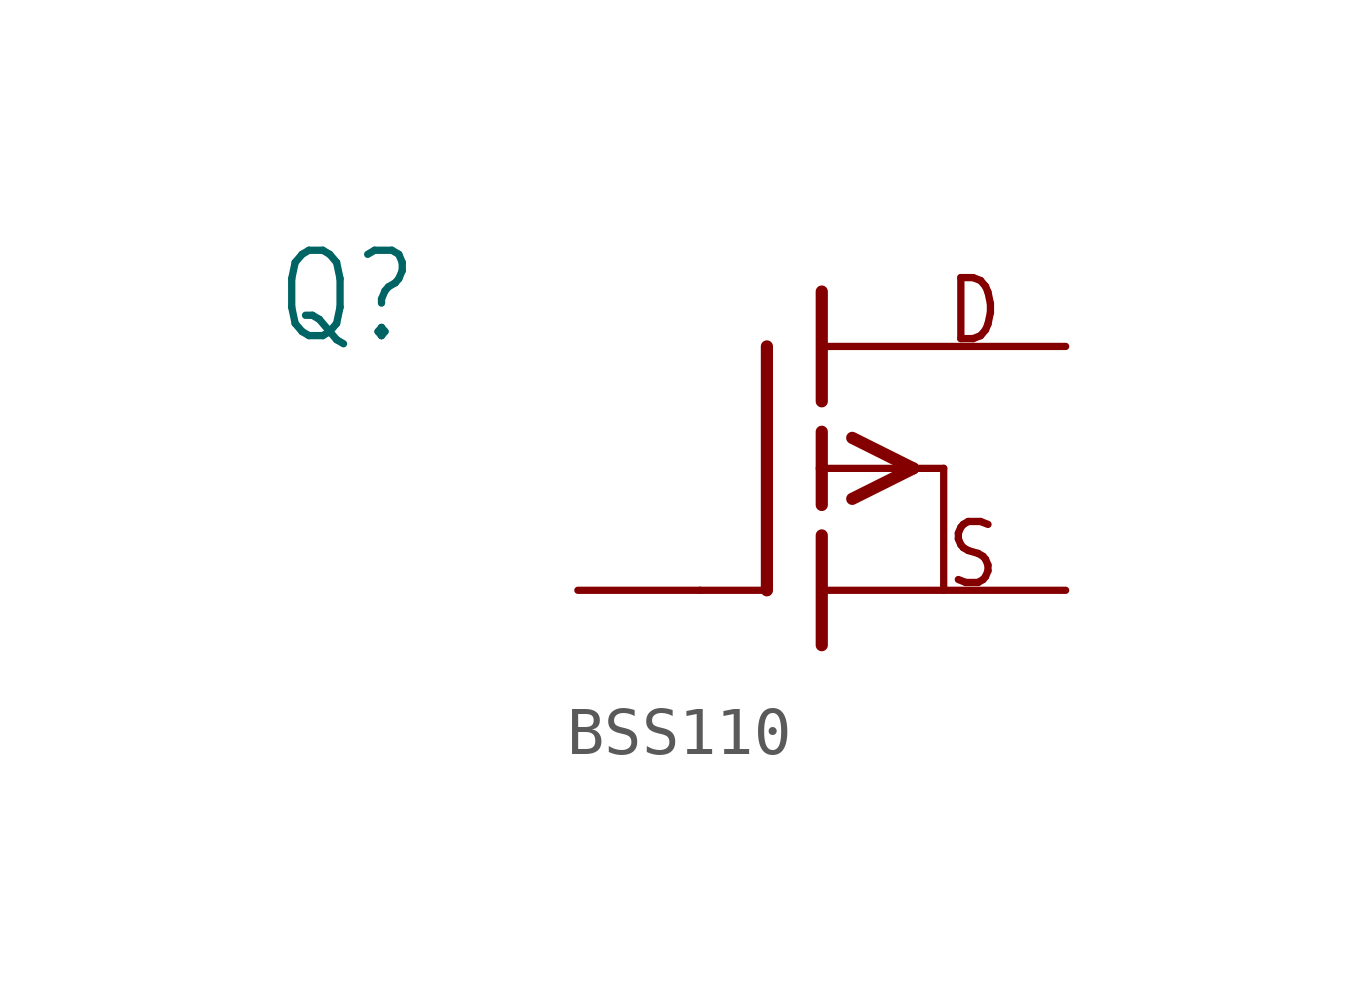
<source format=kicad_sym>
(kicad_symbol_lib
  (version 20220914)
  (generator kicad_symbol_editor)
  (symbol "BSS110"
    (property "Reference" "Q"
      (at -11.43 2.54 0)
      (effects (font (size 1.778 1.511)) (justify left bottom)))
    (property "Value" ""
      (at -11.43 0 0)
      (effects (font (size 1.778 1.511)) (justify left bottom)))
    (property "ki_locked" ""
      (at 0 0 0)
      (effects (font (size 1.27 1.27))))
    (symbol "BSS110_1_0"
      (polyline (pts (xy -2.54 -2.54) (xy -1.219 -2.54)) (stroke (width 0.152) (type solid)) (fill (type none)))
      (polyline (pts (xy -1.143 2.54) (xy -1.143 -2.54)) (stroke (width 0.254) (type solid)) (fill (type none)))
      (polyline (pts (xy 0 -1.397) (xy 0 -3.683)) (stroke (width 0.254) (type solid)) (fill (type none)))
      (polyline (pts (xy 0 0) (xy 0 -0.762)) (stroke (width 0.254) (type solid)) (fill (type none)))
      (polyline (pts (xy 0 0) (xy 1.905 0)) (stroke (width 0.152) (type solid)) (fill (type none)))
      (polyline (pts (xy 0 0.762) (xy 0 0)) (stroke (width 0.254) (type solid)) (fill (type none)))
      (polyline (pts (xy 0 3.683) (xy 0 1.397)) (stroke (width 0.254) (type solid)) (fill (type none)))
      (polyline (pts (xy 0.635 -0.635) (xy 1.905 0)) (stroke (width 0.254) (type solid)) (fill (type none)))
      (polyline (pts (xy 0.635 0.635) (xy 1.905 0)) (stroke (width 0.254) (type solid)) (fill (type none)))
      (polyline (pts (xy 1.905 0) (xy 2.54 0)) (stroke (width 0.152) (type solid)) (fill (type none)))
      (polyline (pts (xy 2.54 0) (xy 2.54 -2.54)) (stroke (width 0.152) (type solid)) (fill (type none)))
      (text "D" (at 2.54 2.54 0) (effects (font (size 1.27 1.079)) (justify left bottom)))
      (text "S" (at 2.54 -2.54 0) (effects (font (size 1.27 1.079)) (justify left bottom)))
      (pin passive line (at 5.08 -2.54 180) (length 5.08) (name "S" (effects (font (size 0 0)))) (number "1" (effects (font (size 0 0)))))
      (pin passive line (at -5.08 -2.54 0) (length 2.54) (name "G" (effects (font (size 0 0)))) (number "2" (effects (font (size 0 0)))))
      (pin passive line (at 5.08 2.54 180) (length 5.08) (name "D" (effects (font (size 0 0)))) (number "3" (effects (font (size 0 0))))))))
</source>
